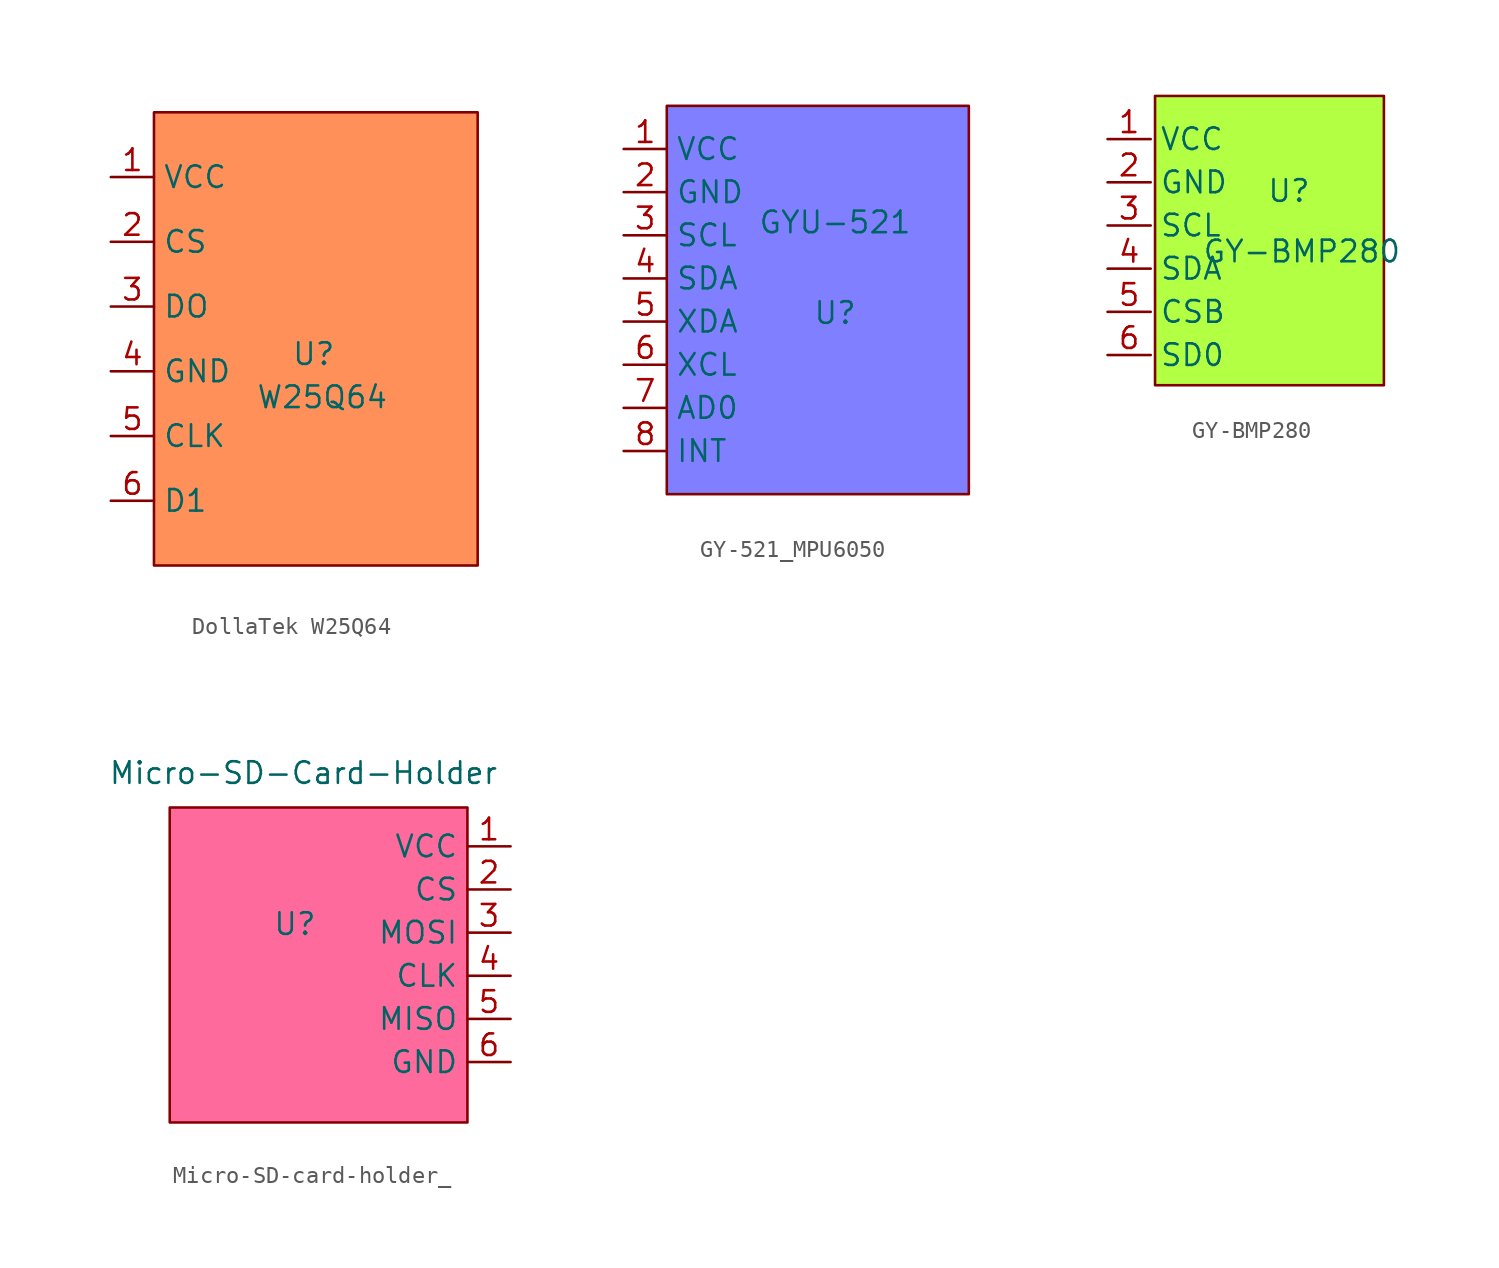
<source format=kicad_sym>
(kicad_symbol_lib
  (version 20241209)
  (generator "kicad_symbol_editor")
  (generator_version "9.0")
  (symbol "DollaTek W25Q64"
    (property "Reference" "U"
      (at 4.318 -2.794 0)
      (effects (font (size 1.27 1.27))))
    (property "Value" "W25Q64"
      (at 4.826 -5.334 0)
      (effects (font (size 1.27 1.27))))
    (symbol "DollaTek W25Q64_1_1"
      (rectangle (start -5.08 11.43) (end 13.97 -15.24) (stroke (width 0) (type solid)) (fill (type color) (color 255 144 89 1)))
      (pin power_in line (at -7.62 7.62 0) (length 2.54) (name "VCC" (effects (font (size 1.27 1.27)))) (number "1" (effects (font (size 1.27 1.27)))))
      (pin input line (at -7.62 3.81 0) (length 2.54) (name "CS" (effects (font (size 1.27 1.27)))) (number "2" (effects (font (size 1.27 1.27)))))
      (pin output line (at -7.62 0 0) (length 2.54) (name "DO" (effects (font (size 1.27 1.27)))) (number "3" (effects (font (size 1.27 1.27)))))
      (pin power_in line (at -7.62 -3.81 0) (length 2.54) (name "GND" (effects (font (size 1.27 1.27)))) (number "4" (effects (font (size 1.27 1.27)))))
      (pin passive line (at -7.62 -7.62 0) (length 2.54) (name "CLK" (effects (font (size 1.27 1.27)))) (number "5" (effects (font (size 1.27 1.27)))))
      (pin input line (at -7.62 -11.43 0) (length 2.54) (name "D1" (effects (font (size 1.27 1.27)))) (number "6" (effects (font (size 1.27 1.27)))))))
  (symbol "GY-521_MPU6050"
    (property "Reference" "U"
      (at 9.906 -9.652 0)
      (effects (font (size 1.27 1.27))))
    (property "Value" "GYU-521"
      (at 9.906 -4.318 0)
      (effects (font (size 1.27 1.27))))
    (symbol "GY-521_MPU6050_1_1"
      (rectangle (start 0 2.54) (end 17.78 -20.32) (stroke (width 0) (type solid)) (fill (type color) (color 127 127 255 1)))
      (pin power_in line (at -2.54 0 0) (length 2.54) (name "VCC" (effects (font (size 1.27 1.27)))) (number "1" (effects (font (size 1.27 1.27)))))
      (pin power_in line (at -2.54 -2.54 0) (length 2.54) (name "GND" (effects (font (size 1.27 1.27)))) (number "2" (effects (font (size 1.27 1.27)))))
      (pin output line (at -2.54 -5.08 0) (length 2.54) (name "SCL" (effects (font (size 1.27 1.27)))) (number "3" (effects (font (size 1.27 1.27)))))
      (pin bidirectional line (at -2.54 -7.62 0) (length 2.54) (name "SDA" (effects (font (size 1.27 1.27)))) (number "4" (effects (font (size 1.27 1.27)))))
      (pin bidirectional line (at -2.54 -10.16 0) (length 2.54) (name "XDA" (effects (font (size 1.27 1.27)))) (number "5" (effects (font (size 1.27 1.27)))))
      (pin output line (at -2.54 -12.7 0) (length 2.54) (name "XCL" (effects (font (size 1.27 1.27)))) (number "6" (effects (font (size 1.27 1.27)))))
      (pin input line (at -2.54 -15.24 0) (length 2.54) (name "AD0" (effects (font (size 1.27 1.27)))) (number "7" (effects (font (size 1.27 1.27)))))
      (pin output line (at -2.54 -17.78 0) (length 2.54) (name "INT" (effects (font (size 1.27 1.27)))) (number "8" (effects (font (size 1.27 1.27)))))))
  (symbol "GY-BMP280"
    (property "Reference" "U"
      (at 6.858 3.302 0)
      (effects (font (size 1.27 1.27))))
    (property "Value" "GY-BMP280"
      (at 7.62 -0.254 0)
      (effects (font (size 1.27 1.27))))
    (symbol "GY-BMP280_1_1"
      (rectangle (start -1.016 8.89) (end 12.446 -8.128) (stroke (width 0) (type solid)) (fill (type color) (color 179 255 67 1)))
      (pin power_in line (at -3.81 6.35 0) (length 2.54) (name "VCC" (effects (font (size 1.27 1.27)))) (number "1" (effects (font (size 1.27 1.27)))))
      (pin power_out line (at -3.81 3.81 0) (length 2.54) (name "GND" (effects (font (size 1.27 1.27)))) (number "2" (effects (font (size 1.27 1.27)))))
      (pin input line (at -3.81 1.27 0) (length 2.54) (name "SCL" (effects (font (size 1.27 1.27)))) (number "3" (effects (font (size 1.27 1.27)))))
      (pin bidirectional line (at -3.81 -1.27 0) (length 2.54) (name "SDA" (effects (font (size 1.27 1.27)))) (number "4" (effects (font (size 1.27 1.27)))))
      (pin power_in line (at -3.81 -3.81 0) (length 2.54) (name "CSB" (effects (font (size 1.27 1.27)))) (number "5" (effects (font (size 1.27 1.27)))))
      (pin passive line (at -3.81 -6.35 0) (length 2.54) (name "SD0" (effects (font (size 1.27 1.27)))) (number "6" (effects (font (size 1.27 1.27)))))))
  (symbol "Micro-SD-card-holder_"
    (property "Reference" "U"
      (at -11.43 -2.032 0)
      (effects (font (size 1.27 1.27))))
    (property "Value" "Micro-SD-Card-Holder"
      (at -10.922 6.858 0)
      (effects (font (size 1.27 1.27))))
    (symbol "Micro-SD-card-holder__1_1"
      (rectangle (start -18.796 4.826) (end -1.27 -13.716) (stroke (width 0) (type solid)) (fill (type color) (color 255 106 156 1)))
      (pin input line (at 1.27 2.54 180) (length 2.54) (name "VCC" (effects (font (size 1.27 1.27)))) (number "1" (effects (font (size 1.27 1.27)))))
      (pin input line (at 1.27 0 180) (length 2.54) (name "CS" (effects (font (size 1.27 1.27)))) (number "2" (effects (font (size 1.27 1.27)))))
      (pin input line (at 1.27 -2.54 180) (length 2.54) (name "MOSI" (effects (font (size 1.27 1.27)))) (number "3" (effects (font (size 1.27 1.27)))))
      (pin input line (at 1.27 -5.08 180) (length 2.54) (name "CLK" (effects (font (size 1.27 1.27)))) (number "4" (effects (font (size 1.27 1.27)))))
      (pin output line (at 1.27 -7.62 180) (length 2.54) (name "MISO" (effects (font (size 1.27 1.27)))) (number "5" (effects (font (size 1.27 1.27)))))
      (pin power_in line (at 1.27 -10.16 180) (length 2.54) (name "GND" (effects (font (size 1.27 1.27)))) (number "6" (effects (font (size 1.27 1.27))))))))
</source>
